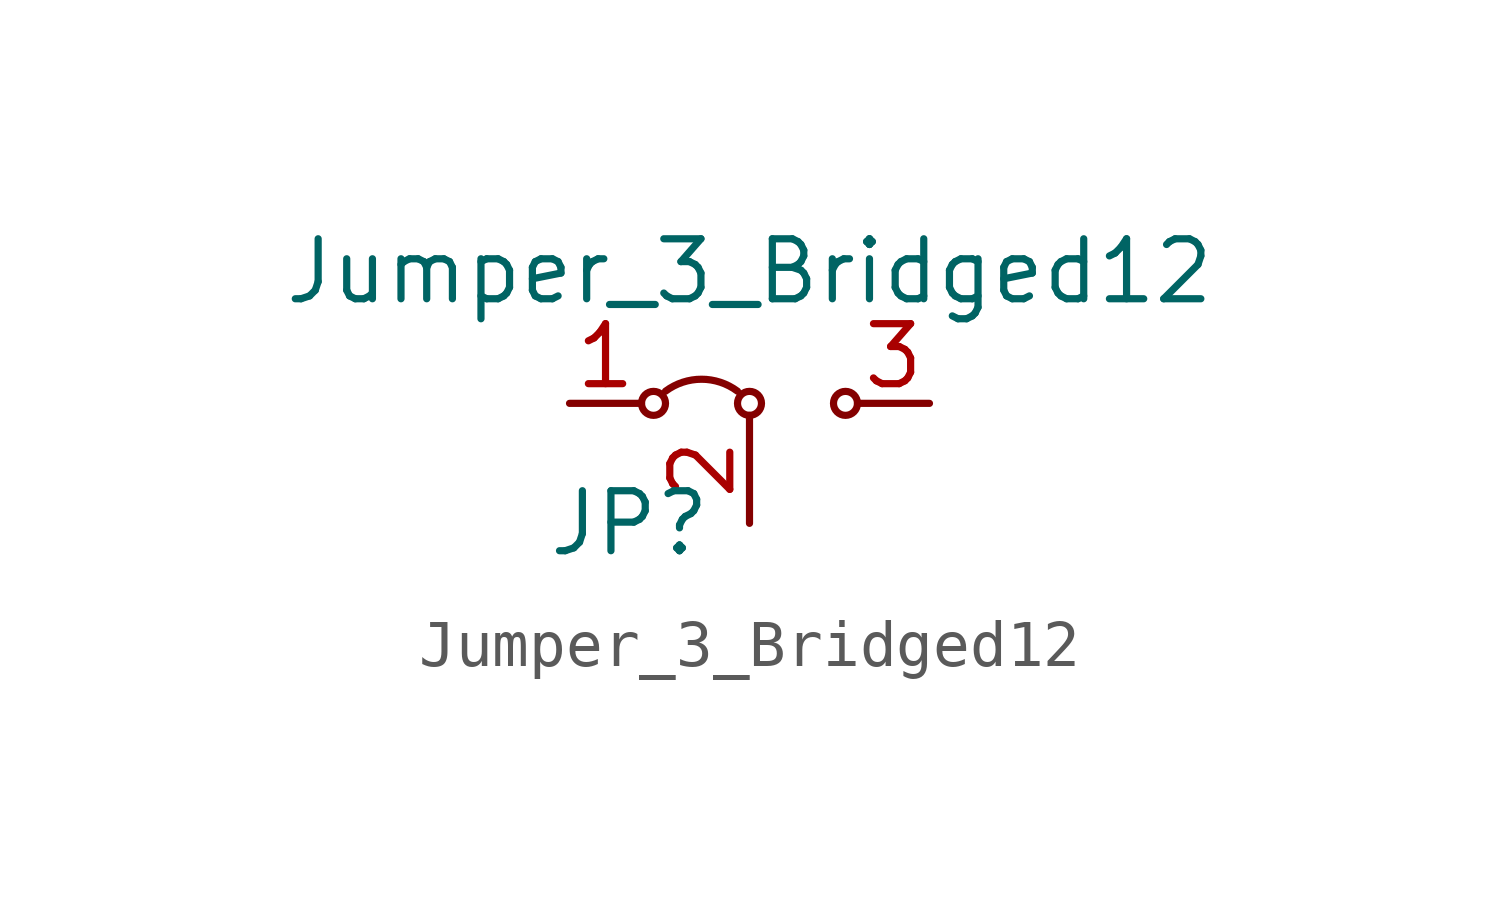
<source format=kicad_sym>
(kicad_symbol_lib
  (version 20231120)
  (generator "kicad_symbol_editor")
  (generator_version "8.0")
  (symbol "Jumper_3_Bridged12"
    (pin_names
      (offset 0) hide)
    (property "Reference" "JP"
      (at -2.54 -2.54 0)
      (effects (font (size 1.27 1.27))))
    (property "Value" "Jumper_3_Bridged12"
      (at 0 2.794 0)
      (effects (font (size 1.27 1.27))))
    (symbol "Jumper_3_Bridged12_0_0"
      (circle (center -2.032 0) (radius 0.254) (stroke (width 0) (type default)) (fill (type none)))
      (circle (center 0 0) (radius 0.254) (stroke (width 0) (type default)) (fill (type none)))
      (circle (center 2.032 0) (radius 0.254) (stroke (width 0) (type default)) (fill (type none))))
    (symbol "Jumper_3_Bridged12_0_1"
      (arc (start -0.254 0.2575) (mid -1.016 0.5108) (end -1.778 0.2575) (stroke (width 0) (type default)) (fill (type none))))
    (symbol "Jumper_3_Bridged12_1_1"
      (pin passive line (at -3.81 0 0) (length 1.524) (name "A" (effects (font (size 1.27 1.27)))) (number "1" (effects (font (size 1.27 1.27)))))
      (pin passive line (at 0 -2.54 90) (length 2.286) (name "B" (effects (font (size 1.27 1.27)))) (number "2" (effects (font (size 1.27 1.27)))))
      (pin passive line (at 3.81 0 180) (length 1.524) (name "B" (effects (font (size 1.27 1.27)))) (number "3" (effects (font (size 1.27 1.27))))))))
</source>
